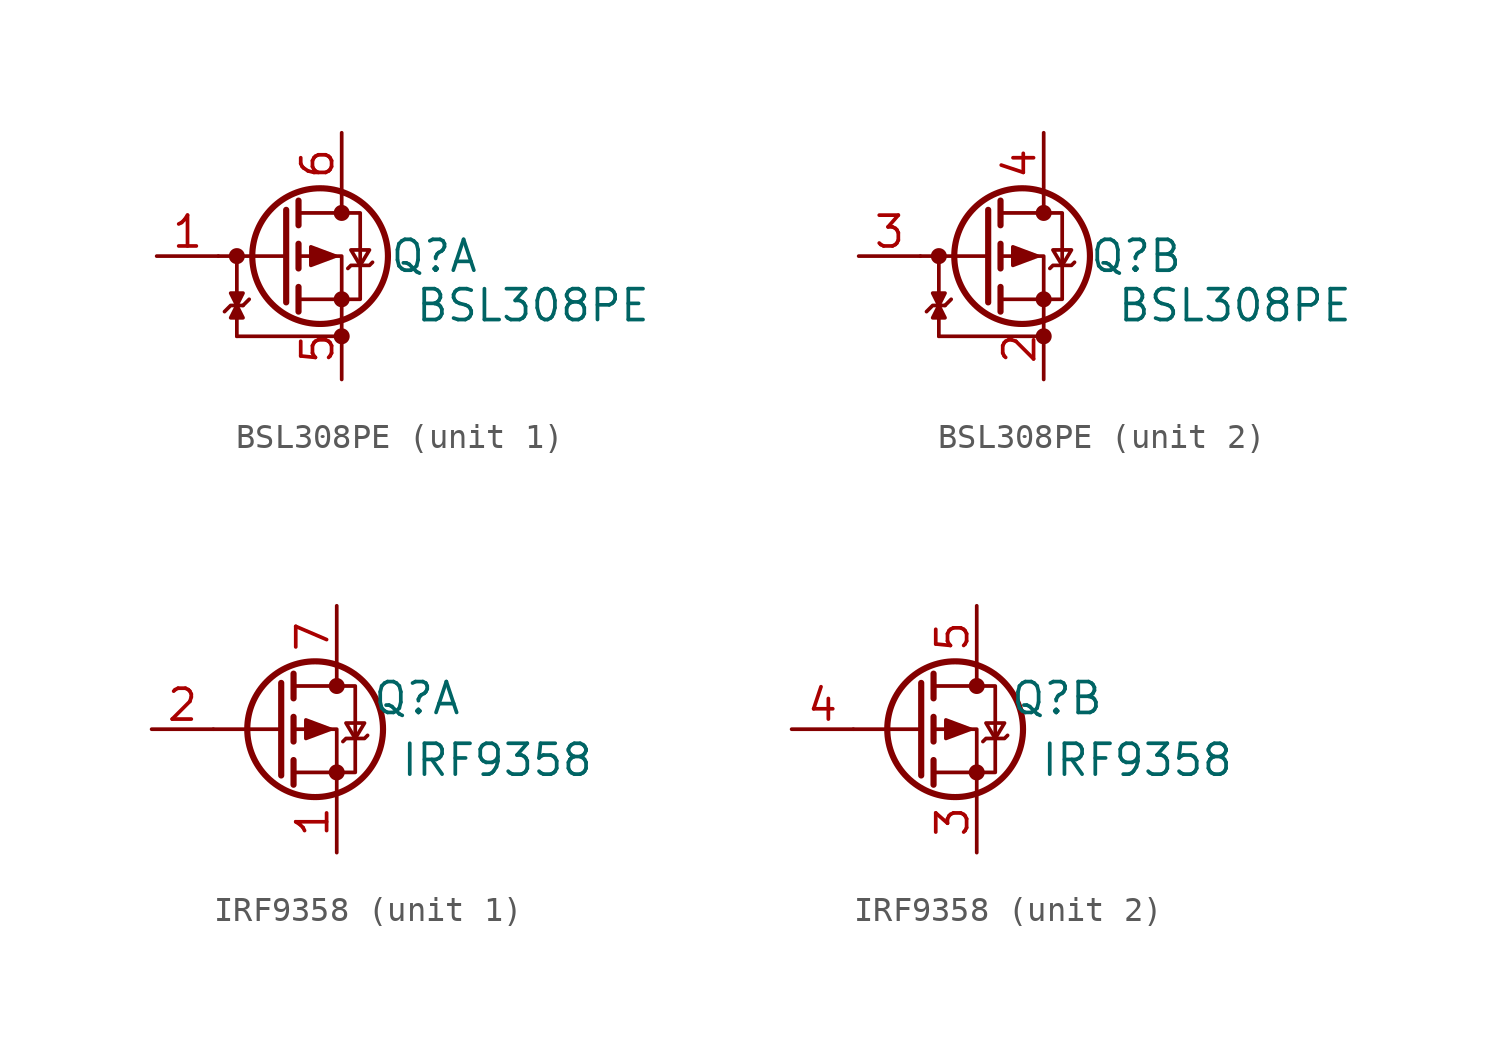
<source format=kicad_sym>
(kicad_symbol_lib
  (version 20231120)
  (generator "kicad_symbol_editor")
  (generator_version "8.0")
  (symbol "BSL308PE"
    (pin_names hide)
    (property "Reference" "Q"
      (at 6.35 0 0)
      (effects (font (size 1.27 1.27))))
    (property "Value" "BSL308PE"
      (at 10.414 -2.032 0)
      (effects (font (size 1.27 1.27))))
    (property "ki_locked" ""
      (at 0 0 0)
      (effects (font (size 1.27 1.27))))
    (symbol "BSL308PE_0_1"
      (polyline (pts (xy 0.254 0) (xy -2.54 0)) (stroke (width 0) (type default)) (fill (type none)))
      (polyline (pts (xy 0.254 1.905) (xy 0.254 -1.905)) (stroke (width 0.254) (type default)) (fill (type none)))
      (polyline (pts (xy 0.762 -1.27) (xy 0.762 -2.286)) (stroke (width 0.254) (type default)) (fill (type none)))
      (polyline (pts (xy 0.762 0.508) (xy 0.762 -0.508)) (stroke (width 0.254) (type default)) (fill (type none)))
      (polyline (pts (xy 0.762 2.286) (xy 0.762 1.27)) (stroke (width 0.254) (type default)) (fill (type none)))
      (polyline (pts (xy 2.54 2.54) (xy 2.54 1.778)) (stroke (width 0) (type default)) (fill (type none)))
      (polyline (pts (xy 2.54 -2.54) (xy 2.54 0) (xy 0.762 0)) (stroke (width 0) (type default)) (fill (type none)))
      (polyline (pts (xy 0.762 1.778) (xy 3.302 1.778) (xy 3.302 -1.778) (xy 0.762 -1.778)) (stroke (width 0) (type default)) (fill (type none)))
      (polyline (pts (xy 2.286 0) (xy 1.27 0.381) (xy 1.27 -0.381) (xy 2.286 0)) (stroke (width 0) (type default)) (fill (type outline)))
      (polyline (pts (xy 2.794 -0.508) (xy 2.921 -0.381) (xy 3.683 -0.381) (xy 3.81 -0.254)) (stroke (width 0) (type default)) (fill (type none)))
      (polyline (pts (xy 3.302 -0.381) (xy 2.921 0.254) (xy 3.683 0.254) (xy 3.302 -0.381)) (stroke (width 0) (type default)) (fill (type none)))
      (circle (center 1.651 0) (radius 2.794) (stroke (width 0.254) (type default)) (fill (type none)))
      (circle (center 2.54 -1.778) (radius 0.254) (stroke (width 0) (type default)) (fill (type outline)))
      (circle (center 2.54 1.778) (radius 0.254) (stroke (width 0) (type default)) (fill (type outline))))
    (symbol "BSL308PE_1_1"
      (circle (center -1.778 0) (radius 0.254) (stroke (width 0) (type default)) (fill (type outline)))
      (polyline (pts (xy -1.778 -3.302) (xy -1.778 0)) (stroke (width 0) (type default)) (fill (type none)))
      (polyline (pts (xy -1.778 -3.302) (xy 2.54 -3.302)) (stroke (width 0) (type default)) (fill (type none)))
      (polyline (pts (xy -1.524 -2.032) (xy -1.27 -1.778)) (stroke (width 0) (type default)) (fill (type none)))
      (polyline (pts (xy -2.286 -2.286) (xy -2.032 -2.032) (xy -1.524 -2.032)) (stroke (width 0) (type default)) (fill (type none)))
      (polyline (pts (xy -1.778 -2.032) (xy -2.032 -1.524) (xy -1.524 -1.524) (xy -1.778 -2.032)) (stroke (width 0) (type default)) (fill (type outline)))
      (polyline (pts (xy -1.778 -2.032) (xy -1.524 -2.54) (xy -2.032 -2.54) (xy -1.778 -2.032)) (stroke (width 0) (type default)) (fill (type outline)))
      (circle (center 2.54 -3.302) (radius 0.254) (stroke (width 0) (type default)) (fill (type outline)))
      (pin input line (at -5.08 0 0) (length 2.54) (name "G1" (effects (font (size 1.27 1.27)))) (number "1" (effects (font (size 1.27 1.27)))))
      (pin passive line (at 2.54 -5.08 90) (length 2.54) (name "S1" (effects (font (size 1.27 1.27)))) (number "5" (effects (font (size 1.27 1.27)))))
      (pin passive line (at 2.54 5.08 270) (length 2.54) (name "D1" (effects (font (size 1.27 1.27)))) (number "6" (effects (font (size 1.27 1.27))))))
    (symbol "BSL308PE_2_1"
      (circle (center -1.778 0) (radius 0.254) (stroke (width 0) (type default)) (fill (type outline)))
      (polyline (pts (xy -1.778 -3.302) (xy -1.778 0)) (stroke (width 0) (type default)) (fill (type none)))
      (polyline (pts (xy -1.778 -3.302) (xy 2.54 -3.302)) (stroke (width 0) (type default)) (fill (type none)))
      (polyline (pts (xy -1.524 -2.032) (xy -1.27 -1.778)) (stroke (width 0) (type default)) (fill (type none)))
      (polyline (pts (xy -2.286 -2.286) (xy -2.032 -2.032) (xy -1.524 -2.032)) (stroke (width 0) (type default)) (fill (type none)))
      (polyline (pts (xy -1.778 -2.032) (xy -2.032 -1.524) (xy -1.524 -1.524) (xy -1.778 -2.032)) (stroke (width 0) (type default)) (fill (type outline)))
      (polyline (pts (xy -1.778 -2.032) (xy -1.524 -2.54) (xy -2.032 -2.54) (xy -1.778 -2.032)) (stroke (width 0) (type default)) (fill (type outline)))
      (circle (center 2.54 -3.302) (radius 0.254) (stroke (width 0) (type default)) (fill (type outline)))
      (pin passive line (at 2.54 -5.08 90) (length 2.54) (name "S2" (effects (font (size 1.27 1.27)))) (number "2" (effects (font (size 1.27 1.27)))))
      (pin input line (at -5.08 0 0) (length 2.54) (name "G2" (effects (font (size 1.27 1.27)))) (number "3" (effects (font (size 1.27 1.27)))))
      (pin passive line (at 2.54 5.08 270) (length 2.54) (name "D2" (effects (font (size 1.27 1.27)))) (number "4" (effects (font (size 1.27 1.27)))))))
  (symbol "IRF9358"
    (pin_names hide)
    (property "Reference" "Q"
      (at 5.842 1.27 0)
      (effects (font (size 1.27 1.27))))
    (property "Value" "IRF9358"
      (at 9.144 -1.27 0)
      (effects (font (size 1.27 1.27))))
    (property "ki_locked" ""
      (at 0 0 0)
      (effects (font (size 1.27 1.27))))
    (symbol "IRF9358_0_1"
      (polyline (pts (xy 0.254 0) (xy -2.54 0)) (stroke (width 0) (type default)) (fill (type none)))
      (polyline (pts (xy 0.254 1.905) (xy 0.254 -1.905)) (stroke (width 0.254) (type default)) (fill (type none)))
      (polyline (pts (xy 0.762 -1.27) (xy 0.762 -2.286)) (stroke (width 0.254) (type default)) (fill (type none)))
      (polyline (pts (xy 0.762 0.508) (xy 0.762 -0.508)) (stroke (width 0.254) (type default)) (fill (type none)))
      (polyline (pts (xy 0.762 2.286) (xy 0.762 1.27)) (stroke (width 0.254) (type default)) (fill (type none)))
      (polyline (pts (xy 2.54 2.54) (xy 2.54 1.778)) (stroke (width 0) (type default)) (fill (type none)))
      (polyline (pts (xy 2.54 -2.54) (xy 2.54 0) (xy 0.762 0)) (stroke (width 0) (type default)) (fill (type none)))
      (polyline (pts (xy 0.762 1.778) (xy 3.302 1.778) (xy 3.302 -1.778) (xy 0.762 -1.778)) (stroke (width 0) (type default)) (fill (type none)))
      (polyline (pts (xy 2.286 0) (xy 1.27 0.381) (xy 1.27 -0.381) (xy 2.286 0)) (stroke (width 0) (type default)) (fill (type outline)))
      (polyline (pts (xy 2.794 -0.508) (xy 2.921 -0.381) (xy 3.683 -0.381) (xy 3.81 -0.254)) (stroke (width 0) (type default)) (fill (type none)))
      (polyline (pts (xy 3.302 -0.381) (xy 2.921 0.254) (xy 3.683 0.254) (xy 3.302 -0.381)) (stroke (width 0) (type default)) (fill (type none)))
      (circle (center 1.651 0) (radius 2.794) (stroke (width 0.254) (type default)) (fill (type none)))
      (circle (center 2.54 -1.778) (radius 0.254) (stroke (width 0) (type default)) (fill (type outline)))
      (circle (center 2.54 1.778) (radius 0.254) (stroke (width 0) (type default)) (fill (type outline))))
    (symbol "IRF9358_1_1"
      (pin passive line (at 2.54 -5.08 90) (length 2.54) (name "S1" (effects (font (size 1.27 1.27)))) (number "1" (effects (font (size 1.27 1.27)))))
      (pin input line (at -5.08 0 0) (length 2.54) (name "G1" (effects (font (size 1.27 1.27)))) (number "2" (effects (font (size 1.27 1.27)))))
      (pin passive line (at 2.54 5.08 270) (length 2.54) (name "D1" (effects (font (size 1.27 1.27)))) (number "7" (effects (font (size 1.27 1.27)))))
      (pin passive line (at 2.54 5.08 270) (length 2.54) hide (name "D1" (effects (font (size 1.27 1.27)))) (number "8" (effects (font (size 1.27 1.27))))))
    (symbol "IRF9358_2_1"
      (pin passive line (at 2.54 -5.08 90) (length 2.54) (name "S2" (effects (font (size 1.27 1.27)))) (number "3" (effects (font (size 1.27 1.27)))))
      (pin input line (at -5.08 0 0) (length 2.54) (name "G2" (effects (font (size 1.27 1.27)))) (number "4" (effects (font (size 1.27 1.27)))))
      (pin passive line (at 2.54 5.08 270) (length 2.54) (name "D2" (effects (font (size 1.27 1.27)))) (number "5" (effects (font (size 1.27 1.27)))))
      (pin passive line (at 2.54 5.08 270) (length 2.54) hide (name "D2" (effects (font (size 1.27 1.27)))) (number "6" (effects (font (size 1.27 1.27))))))))
</source>
